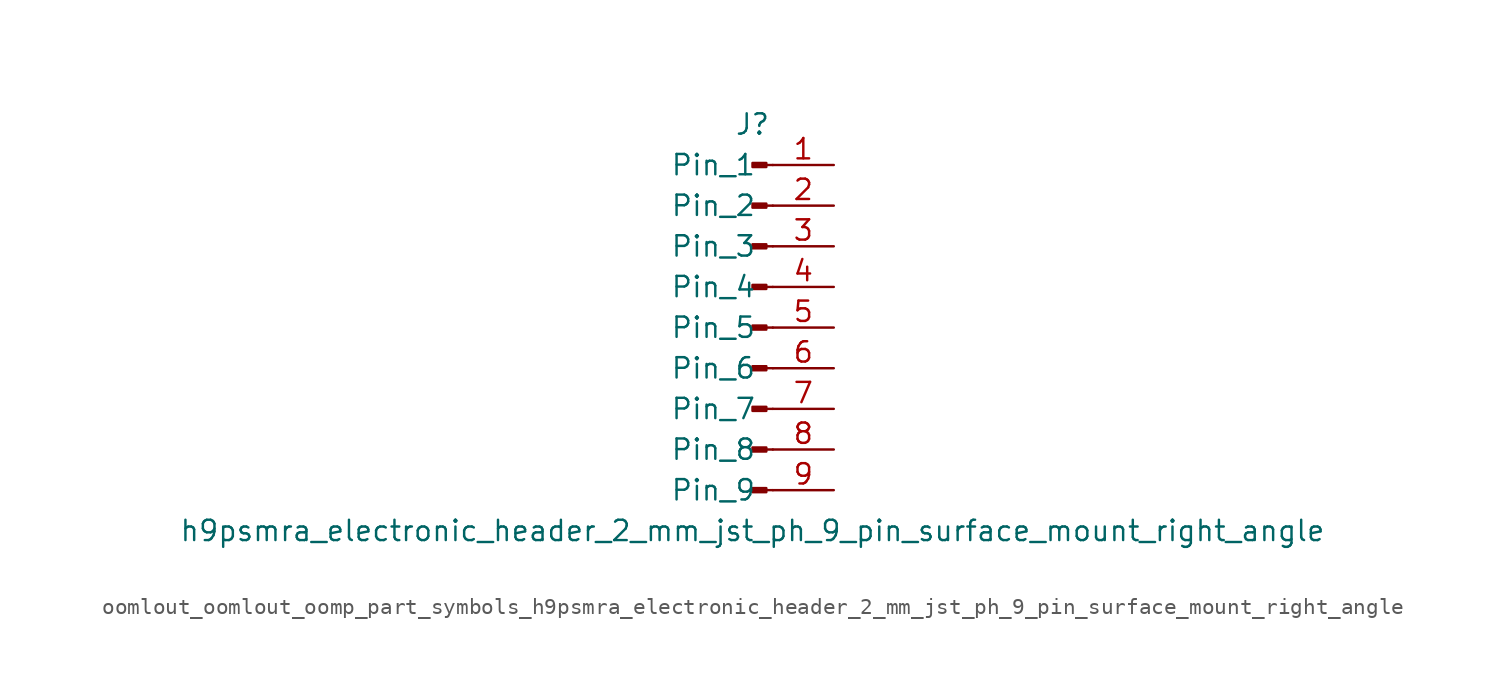
<source format=kicad_sym>
(kicad_symbol_lib
  (version 20220914)
  (generator kicad_symbol_editor)
  (symbol "oomlout_oomlout_oomp_part_symbols_h9psmra_electronic_header_2_mm_jst_ph_9_pin_surface_mount_right_angle"
    (pin_names
      (offset 1.016))
    (property "Reference" "J"
      (at 0 12.7 0)
      (effects (font (size 1.27 1.27))))
    (property "Value" "h9psmra_electronic_header_2_mm_jst_ph_9_pin_surface_mount_right_angle"
      (at 0 -12.7 0)
      (effects (font (size 1.27 1.27))))
    (property "ki_locked" ""
      (at 0 0 0)
      (effects (font (size 1.27 1.27))))
    (symbol "oomlout_oomlout_oomp_part_symbols_h9psmra_electronic_header_2_mm_jst_ph_9_pin_surface_mount_right_angle_1_1"
      (polyline (pts (xy 1.27 -10.16) (xy 0.864 -10.16)) (stroke (width 0.152) (type default)) (fill (type none)))
      (polyline (pts (xy 1.27 -7.62) (xy 0.864 -7.62)) (stroke (width 0.152) (type default)) (fill (type none)))
      (polyline (pts (xy 1.27 -5.08) (xy 0.864 -5.08)) (stroke (width 0.152) (type default)) (fill (type none)))
      (polyline (pts (xy 1.27 -2.54) (xy 0.864 -2.54)) (stroke (width 0.152) (type default)) (fill (type none)))
      (polyline (pts (xy 1.27 0) (xy 0.864 0)) (stroke (width 0.152) (type default)) (fill (type none)))
      (polyline (pts (xy 1.27 2.54) (xy 0.864 2.54)) (stroke (width 0.152) (type default)) (fill (type none)))
      (polyline (pts (xy 1.27 5.08) (xy 0.864 5.08)) (stroke (width 0.152) (type default)) (fill (type none)))
      (polyline (pts (xy 1.27 7.62) (xy 0.864 7.62)) (stroke (width 0.152) (type default)) (fill (type none)))
      (polyline (pts (xy 1.27 10.16) (xy 0.864 10.16)) (stroke (width 0.152) (type default)) (fill (type none)))
      (rectangle (start 0.864 -10.033) (end 0 -10.287) (stroke (width 0.152) (type default)) (fill (type outline)))
      (rectangle (start 0.864 -7.493) (end 0 -7.747) (stroke (width 0.152) (type default)) (fill (type outline)))
      (rectangle (start 0.864 -4.953) (end 0 -5.207) (stroke (width 0.152) (type default)) (fill (type outline)))
      (rectangle (start 0.864 -2.413) (end 0 -2.667) (stroke (width 0.152) (type default)) (fill (type outline)))
      (rectangle (start 0.864 0.127) (end 0 -0.127) (stroke (width 0.152) (type default)) (fill (type outline)))
      (rectangle (start 0.864 2.667) (end 0 2.413) (stroke (width 0.152) (type default)) (fill (type outline)))
      (rectangle (start 0.864 5.207) (end 0 4.953) (stroke (width 0.152) (type default)) (fill (type outline)))
      (rectangle (start 0.864 7.747) (end 0 7.493) (stroke (width 0.152) (type default)) (fill (type outline)))
      (rectangle (start 0.864 10.287) (end 0 10.033) (stroke (width 0.152) (type default)) (fill (type outline)))
      (pin passive line (at 5.08 10.16 180) (length 3.81) (name "Pin_1" (effects (font (size 1.27 1.27)))) (number "1" (effects (font (size 1.27 1.27)))))
      (pin passive line (at 5.08 7.62 180) (length 3.81) (name "Pin_2" (effects (font (size 1.27 1.27)))) (number "2" (effects (font (size 1.27 1.27)))))
      (pin passive line (at 5.08 5.08 180) (length 3.81) (name "Pin_3" (effects (font (size 1.27 1.27)))) (number "3" (effects (font (size 1.27 1.27)))))
      (pin passive line (at 5.08 2.54 180) (length 3.81) (name "Pin_4" (effects (font (size 1.27 1.27)))) (number "4" (effects (font (size 1.27 1.27)))))
      (pin passive line (at 5.08 0 180) (length 3.81) (name "Pin_5" (effects (font (size 1.27 1.27)))) (number "5" (effects (font (size 1.27 1.27)))))
      (pin passive line (at 5.08 -2.54 180) (length 3.81) (name "Pin_6" (effects (font (size 1.27 1.27)))) (number "6" (effects (font (size 1.27 1.27)))))
      (pin passive line (at 5.08 -5.08 180) (length 3.81) (name "Pin_7" (effects (font (size 1.27 1.27)))) (number "7" (effects (font (size 1.27 1.27)))))
      (pin passive line (at 5.08 -7.62 180) (length 3.81) (name "Pin_8" (effects (font (size 1.27 1.27)))) (number "8" (effects (font (size 1.27 1.27)))))
      (pin passive line (at 5.08 -10.16 180) (length 3.81) (name "Pin_9" (effects (font (size 1.27 1.27)))) (number "9" (effects (font (size 1.27 1.27))))))))
</source>
